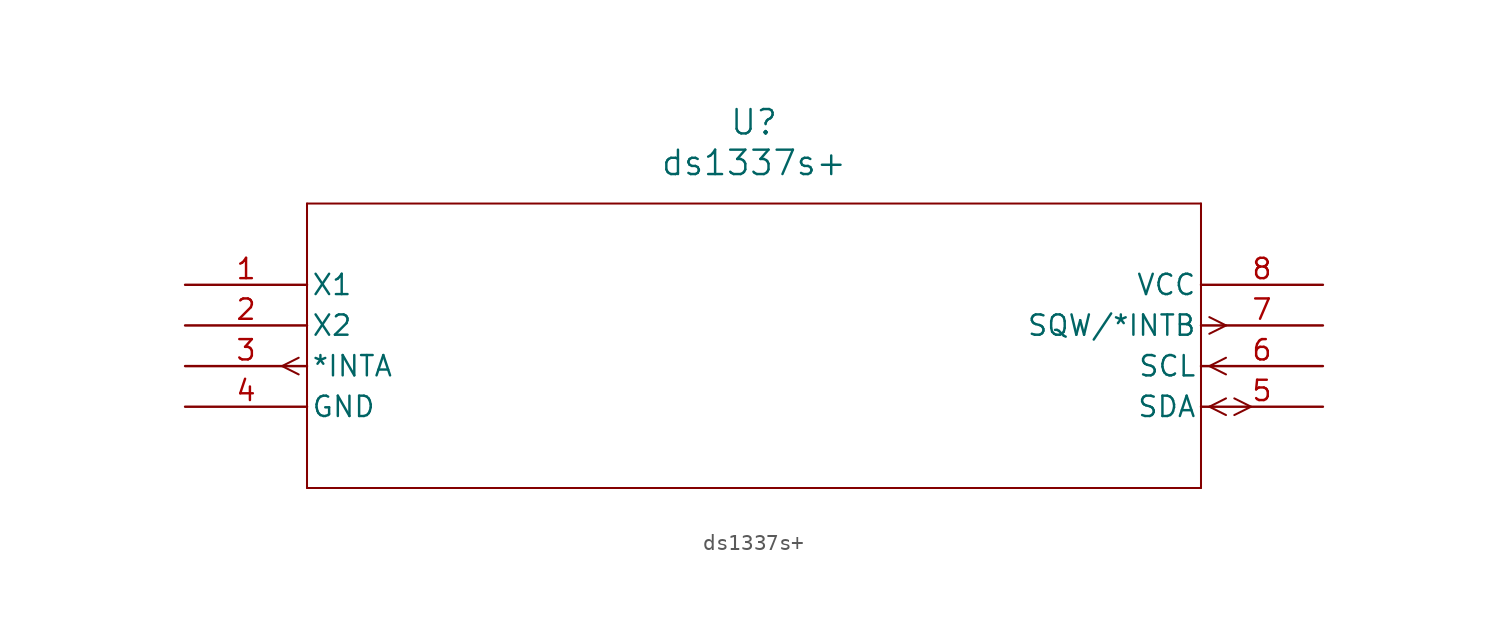
<source format=kicad_sym>
(kicad_symbol_lib
  (version 20211014)
  (generator kicad_symbol_editor)
  (symbol "ds1337s+"
    (pin_names
      (offset 0.254))
    (property "Reference" "U"
      (at 35.56 10.16 0)
      (effects (font (size 1.524 1.524))))
    (property "Value" "ds1337s+"
      (at 35.56 7.62 0)
      (effects (font (size 1.524 1.524))))
    (symbol "ds1337s+_0_1"
      (polyline (pts (xy 7.099 -4.559) (xy 6.058 -5.08)) (stroke (width 0.127) (type default) (color 0 0 0 0)) (fill (type none)))
      (polyline (pts (xy 7.099 -5.601) (xy 6.058 -5.08)) (stroke (width 0.127) (type default) (color 0 0 0 0)) (fill (type none)))
      (polyline (pts (xy 64.021 -7.62) (xy 65.062 -7.099)) (stroke (width 0.127) (type default) (color 0 0 0 0)) (fill (type none)))
      (polyline (pts (xy 64.021 -7.62) (xy 65.062 -8.141)) (stroke (width 0.127) (type default) (color 0 0 0 0)) (fill (type none)))
      (polyline (pts (xy 65.583 -7.099) (xy 66.624 -7.62)) (stroke (width 0.127) (type default) (color 0 0 0 0)) (fill (type none)))
      (polyline (pts (xy 65.583 -8.141) (xy 66.624 -7.62)) (stroke (width 0.127) (type default) (color 0 0 0 0)) (fill (type none)))
      (polyline (pts (xy 64.021 -5.08) (xy 65.062 -4.559)) (stroke (width 0.127) (type default) (color 0 0 0 0)) (fill (type none)))
      (polyline (pts (xy 64.021 -5.08) (xy 65.062 -5.601)) (stroke (width 0.127) (type default) (color 0 0 0 0)) (fill (type none)))
      (polyline (pts (xy 64.021 -2.019) (xy 65.062 -2.54)) (stroke (width 0.127) (type default) (color 0 0 0 0)) (fill (type none)))
      (polyline (pts (xy 64.021 -3.061) (xy 65.062 -2.54)) (stroke (width 0.127) (type default) (color 0 0 0 0)) (fill (type none)))
      (polyline (pts (xy 7.62 5.08) (xy 7.62 -12.7)) (stroke (width 0.127) (type default) (color 0 0 0 0)) (fill (type none)))
      (polyline (pts (xy 7.62 -12.7) (xy 63.5 -12.7)) (stroke (width 0.127) (type default) (color 0 0 0 0)) (fill (type none)))
      (polyline (pts (xy 63.5 -12.7) (xy 63.5 5.08)) (stroke (width 0.127) (type default) (color 0 0 0 0)) (fill (type none)))
      (polyline (pts (xy 63.5 5.08) (xy 7.62 5.08)) (stroke (width 0.127) (type default) (color 0 0 0 0)) (fill (type none)))
      (pin unspecified line (at 0 0 0) (length 7.62) (name "X1" (effects (font (size 1.27 1.27)))) (number "1" (effects (font (size 1.27 1.27)))))
      (pin unspecified line (at 0 -2.54 0) (length 7.62) (name "X2" (effects (font (size 1.27 1.27)))) (number "2" (effects (font (size 1.27 1.27)))))
      (pin output line (at 0 -5.08 0) (length 7.62) (name "*INTA" (effects (font (size 1.27 1.27)))) (number "3" (effects (font (size 1.27 1.27)))))
      (pin power_in line (at 0 -7.62 0) (length 7.62) (name "GND" (effects (font (size 1.27 1.27)))) (number "4" (effects (font (size 1.27 1.27)))))
      (pin bidirectional line (at 71.12 -7.62 180) (length 7.62) (name "SDA" (effects (font (size 1.27 1.27)))) (number "5" (effects (font (size 1.27 1.27)))))
      (pin input line (at 71.12 -5.08 180) (length 7.62) (name "SCL" (effects (font (size 1.27 1.27)))) (number "6" (effects (font (size 1.27 1.27)))))
      (pin output line (at 71.12 -2.54 180) (length 7.62) (name "SQW/*INTB" (effects (font (size 1.27 1.27)))) (number "7" (effects (font (size 1.27 1.27)))))
      (pin power_in line (at 71.12 0 180) (length 7.62) (name "VCC" (effects (font (size 1.27 1.27)))) (number "8" (effects (font (size 1.27 1.27))))))))
</source>
